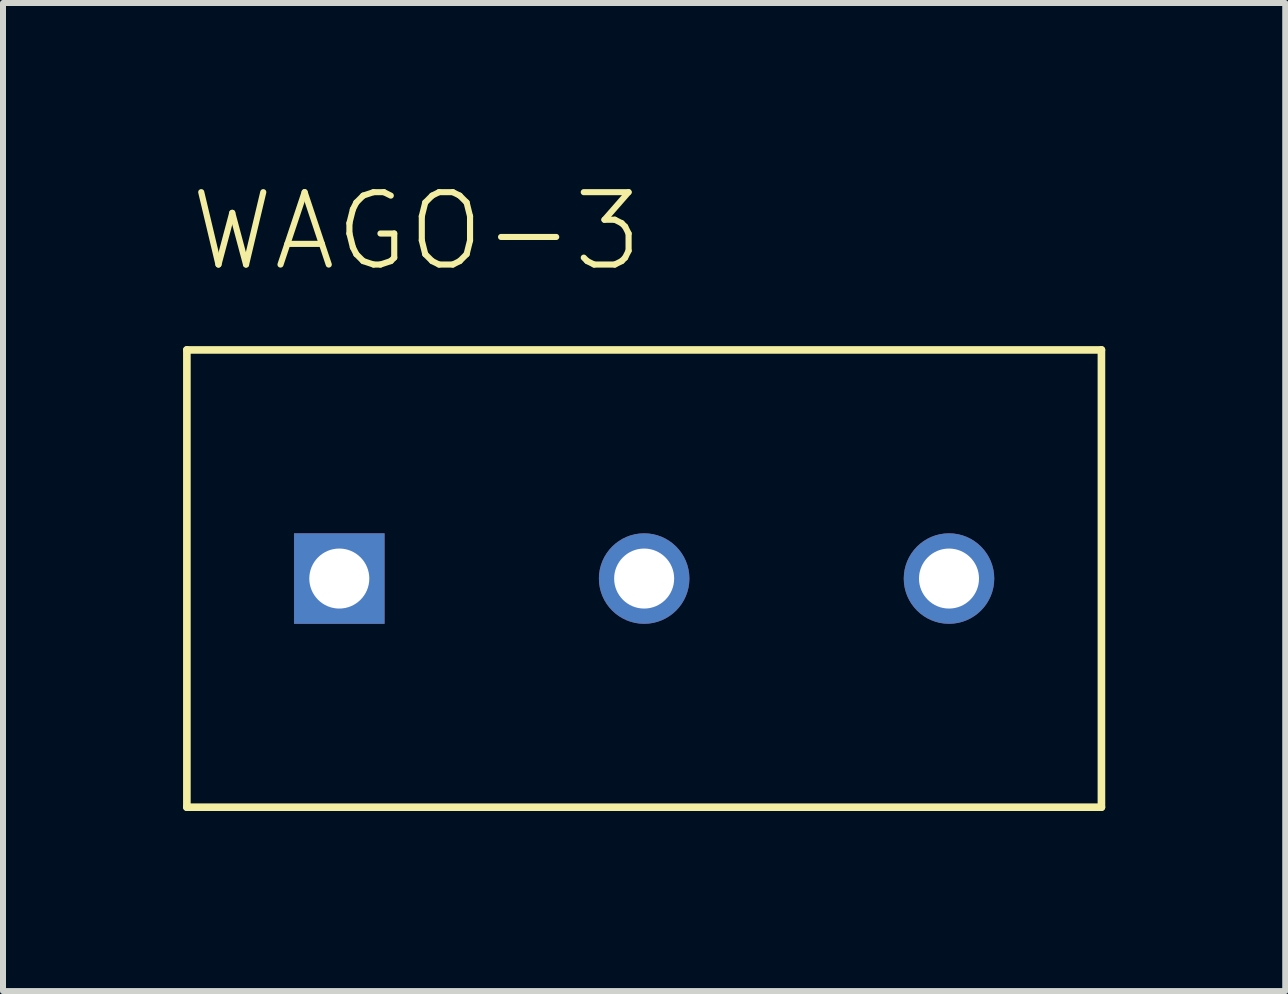
<source format=kicad_pcb>
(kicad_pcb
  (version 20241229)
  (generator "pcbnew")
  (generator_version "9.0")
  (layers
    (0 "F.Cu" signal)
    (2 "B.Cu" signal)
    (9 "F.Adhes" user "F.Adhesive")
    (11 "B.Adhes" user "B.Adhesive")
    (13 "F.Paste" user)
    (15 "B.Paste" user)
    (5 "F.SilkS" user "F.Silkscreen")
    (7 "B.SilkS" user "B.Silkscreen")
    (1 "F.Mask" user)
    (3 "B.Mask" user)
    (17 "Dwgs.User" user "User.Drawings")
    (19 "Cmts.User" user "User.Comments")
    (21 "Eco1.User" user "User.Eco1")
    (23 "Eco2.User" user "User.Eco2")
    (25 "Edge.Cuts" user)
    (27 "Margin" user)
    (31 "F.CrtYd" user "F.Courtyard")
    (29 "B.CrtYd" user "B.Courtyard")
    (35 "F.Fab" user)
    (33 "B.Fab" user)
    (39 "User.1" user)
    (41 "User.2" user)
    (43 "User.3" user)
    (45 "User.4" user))
  (footprint "WAGO-3"
    (layer "F.Cu")
    (at 7.684 6.591)
    (property "Reference" "WAGO-3" (at -7.62 -5.08 0) (layer "F.SilkS") (effects (font (size 1.206 1.206) (thickness 0.102)) (justify left bottom)))
    (attr through_hole)
    (fp_line (start -7.62 -3.81) (end -7.62 3.81) (stroke (width 0.127) (type solid)) (layer "F.SilkS"))
    (fp_line (start -7.62 3.81) (end 7.62 3.81) (stroke (width 0.127) (type solid)) (layer "F.SilkS"))
    (fp_line (start 7.62 -3.81) (end -7.62 -3.81) (stroke (width 0.127) (type solid)) (layer "F.SilkS"))
    (fp_line (start 7.62 3.81) (end 7.62 -3.81) (stroke (width 0.127) (type solid)) (layer "F.SilkS"))
    (pad "P$1" thru_hole rect (at -5.08 0 180) (size 1.508 1.508) (drill 1) (layers "*.Cu" "*.Mask"))
    (pad "P$2" thru_hole circle (at 0 0 180) (size 1.508 1.508) (drill 1) (layers "*.Cu" "*.Mask"))
    (pad "P$3" thru_hole circle (at 5.08 0 180) (size 1.508 1.508) (drill 1) (layers "*.Cu" "*.Mask")))
  (gr_rect
    (start -3 -3)
    (end 18.367 13.465)
    (stroke (width 0.1) (type default))
    (fill no)
    (layer "Edge.Cuts")))
</source>
